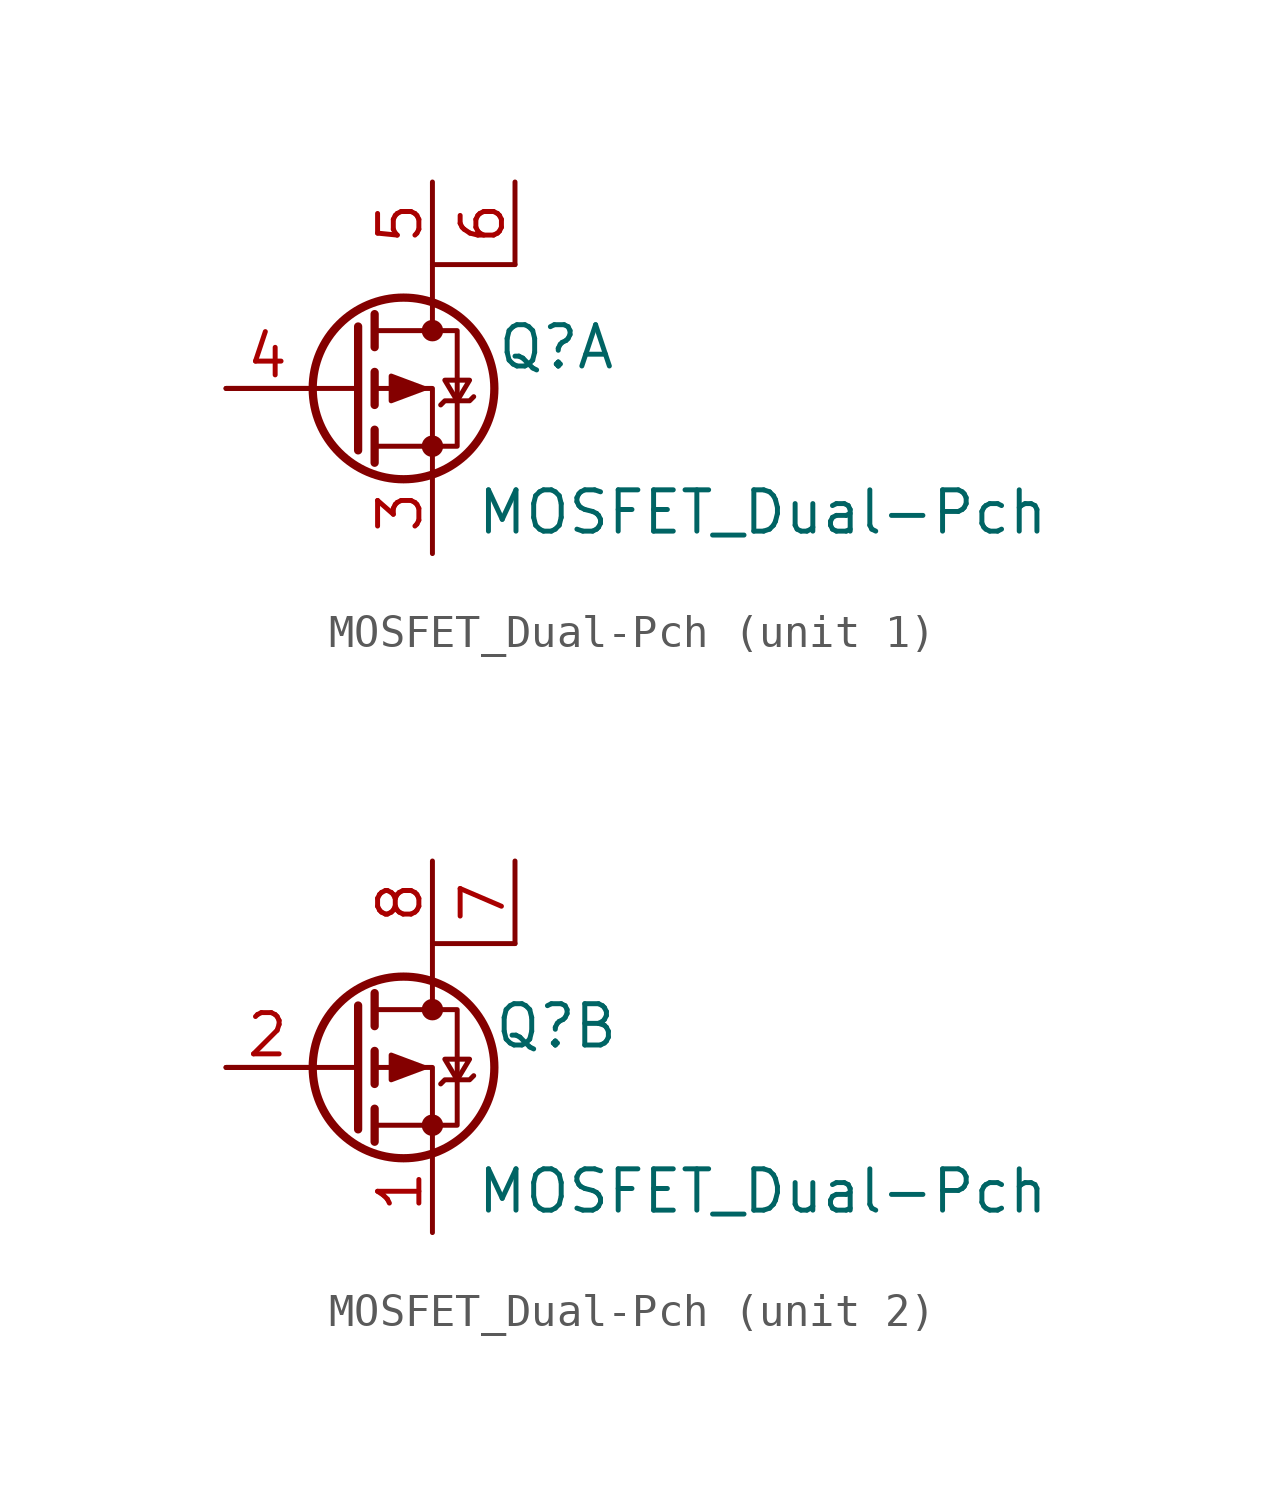
<source format=kicad_sym>
(kicad_symbol_lib
  (version 20231120)
  (generator "kicad_symbol_editor")
  (generator_version "8.0")
  (symbol "MOSFET_Dual-Pch"
    (property "Reference" "Q"
      (at 3.81 1.27 0)
      (effects (font (size 1.27 1.27))))
    (property "Value" "MOSFET_Dual-Pch"
      (at 10.16 -3.81 0)
      (effects (font (size 1.27 1.27))))
    (symbol "MOSFET_Dual-Pch_0_1"
      (circle (center -0.889 0) (radius 2.794) (stroke (width 0.254) (type default)) (fill (type none)))
      (circle (center 0 -1.778) (radius 0.254) (stroke (width 0) (type default)) (fill (type outline)))
      (polyline (pts (xy -2.286 0) (xy -6.35 0)) (stroke (width 0) (type default)) (fill (type none)))
      (polyline (pts (xy -2.286 1.905) (xy -2.286 -1.905)) (stroke (width 0.254) (type default)) (fill (type none)))
      (polyline (pts (xy -1.778 -1.27) (xy -1.778 -2.286)) (stroke (width 0.254) (type default)) (fill (type none)))
      (polyline (pts (xy -1.778 0.508) (xy -1.778 -0.508)) (stroke (width 0.254) (type default)) (fill (type none)))
      (polyline (pts (xy -1.778 2.286) (xy -1.778 1.27)) (stroke (width 0.254) (type default)) (fill (type none)))
      (polyline (pts (xy 0 2.54) (xy 0 1.778)) (stroke (width 0) (type default)) (fill (type none)))
      (polyline (pts (xy 0 -2.54) (xy 0 0) (xy -1.778 0)) (stroke (width 0) (type default)) (fill (type none)))
      (polyline (pts (xy -1.778 1.778) (xy 0.762 1.778) (xy 0.762 -1.778) (xy -1.778 -1.778)) (stroke (width 0) (type default)) (fill (type none)))
      (polyline (pts (xy -0.254 0) (xy -1.27 0.381) (xy -1.27 -0.381) (xy -0.254 0)) (stroke (width 0) (type default)) (fill (type outline)))
      (polyline (pts (xy 0 3.81) (xy 2.54 3.81) (xy 0 3.81) (xy 0 2.54)) (stroke (width 0) (type default)) (fill (type none)))
      (polyline (pts (xy 0.254 -0.508) (xy 0.381 -0.381) (xy 1.143 -0.381) (xy 1.27 -0.254)) (stroke (width 0) (type default)) (fill (type none)))
      (polyline (pts (xy 0.762 -0.381) (xy 0.381 0.254) (xy 1.143 0.254) (xy 0.762 -0.381)) (stroke (width 0) (type default)) (fill (type none)))
      (circle (center 0 1.778) (radius 0.254) (stroke (width 0) (type default)) (fill (type outline))))
    (symbol "MOSFET_Dual-Pch_1_1"
      (pin passive line (at 0 -5.08 90) (length 2.54) (name "" (effects (font (size 1.27 1.27)))) (number "3" (effects (font (size 1.27 1.27)))))
      (pin input line (at -6.35 0 0) (length 2.54) (name "" (effects (font (size 1.27 1.27)))) (number "4" (effects (font (size 1.27 1.27)))))
      (pin passive line (at 0 6.35 270) (length 2.54) (name "" (effects (font (size 1.27 1.27)))) (number "5" (effects (font (size 1.27 1.27)))))
      (pin passive line (at 2.54 6.35 270) (length 2.54) (name "" (effects (font (size 1.27 1.27)))) (number "6" (effects (font (size 1.27 1.27))))))
    (symbol "MOSFET_Dual-Pch_2_1"
      (pin passive line (at 0 -5.08 90) (length 2.54) (name "" (effects (font (size 1.27 1.27)))) (number "1" (effects (font (size 1.27 1.27)))))
      (pin input line (at -6.35 0 0) (length 2.54) (name "" (effects (font (size 1.27 1.27)))) (number "2" (effects (font (size 1.27 1.27)))))
      (pin passive line (at 2.54 6.35 270) (length 2.54) (name "" (effects (font (size 1.27 1.27)))) (number "7" (effects (font (size 1.27 1.27)))))
      (pin passive line (at 0 6.35 270) (length 2.54) (name "" (effects (font (size 1.27 1.27)))) (number "8" (effects (font (size 1.27 1.27))))))))
</source>
